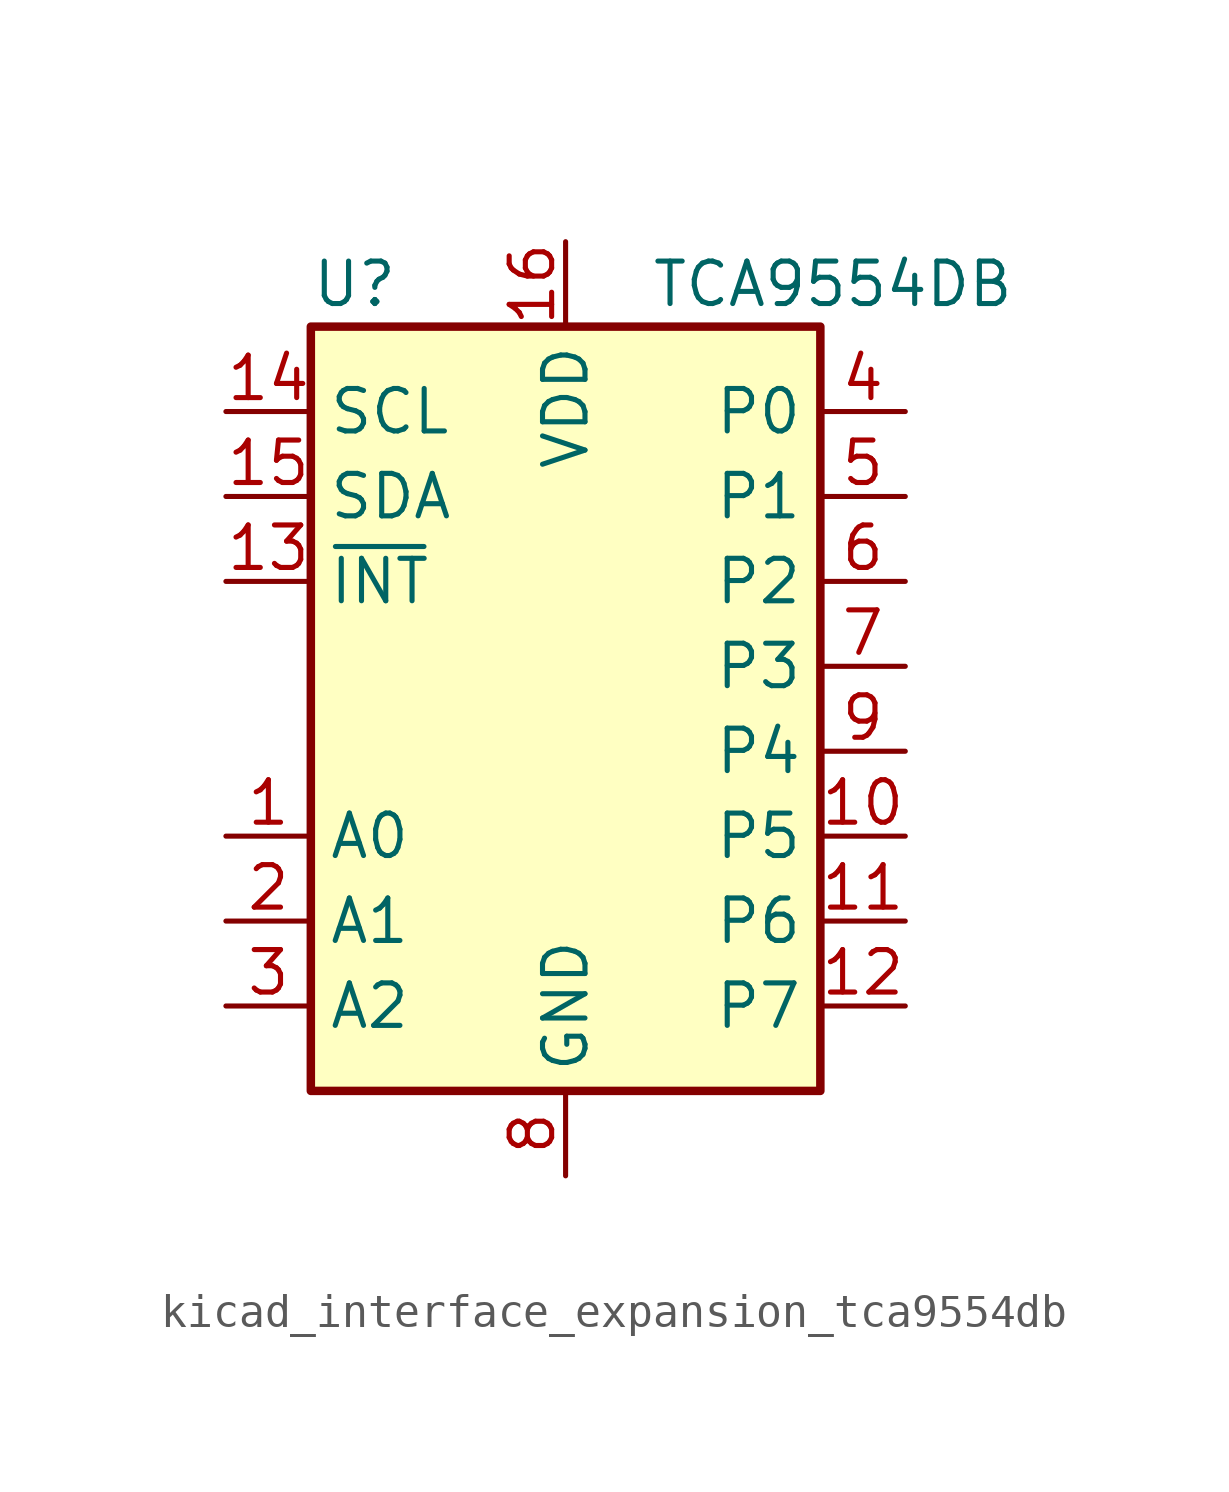
<source format=kicad_sym>
(kicad_symbol_lib
  (version 20220914)
  (generator kicad_symbol_editor)
  (symbol "kicad_interface_expansion_tca9554db"
    (property "Reference" "U"
      (at -7.62 11.43 0)
      (effects (font (size 1.27 1.27)) (justify left)))
    (property "Value" "TCA9554DB"
      (at 2.54 11.43 0)
      (effects (font (size 1.27 1.27)) (justify left)))
    (symbol "kicad_interface_expansion_tca9554db_0_1"
      (rectangle (start -7.62 -12.7) (end 7.62 10.16) (stroke (width 0.254) (type default)) (fill (type background))))
    (symbol "kicad_interface_expansion_tca9554db_1_1"
      (pin input line (at -10.16 -5.08 0) (length 2.54) (name "A0" (effects (font (size 1.27 1.27)))) (number "1" (effects (font (size 1.27 1.27)))))
      (pin bidirectional line (at 10.16 -5.08 180) (length 2.54) (name "P5" (effects (font (size 1.27 1.27)))) (number "10" (effects (font (size 1.27 1.27)))))
      (pin bidirectional line (at 10.16 -7.62 180) (length 2.54) (name "P6" (effects (font (size 1.27 1.27)))) (number "11" (effects (font (size 1.27 1.27)))))
      (pin bidirectional line (at 10.16 -10.16 180) (length 2.54) (name "P7" (effects (font (size 1.27 1.27)))) (number "12" (effects (font (size 1.27 1.27)))))
      (pin open_collector line (at -10.16 2.54 0) (length 2.54) (name "~{INT}" (effects (font (size 1.27 1.27)))) (number "13" (effects (font (size 1.27 1.27)))))
      (pin input line (at -10.16 7.62 0) (length 2.54) (name "SCL" (effects (font (size 1.27 1.27)))) (number "14" (effects (font (size 1.27 1.27)))))
      (pin bidirectional line (at -10.16 5.08 0) (length 2.54) (name "SDA" (effects (font (size 1.27 1.27)))) (number "15" (effects (font (size 1.27 1.27)))))
      (pin power_in line (at 0 12.7 270) (length 2.54) (name "VDD" (effects (font (size 1.27 1.27)))) (number "16" (effects (font (size 1.27 1.27)))))
      (pin input line (at -10.16 -7.62 0) (length 2.54) (name "A1" (effects (font (size 1.27 1.27)))) (number "2" (effects (font (size 1.27 1.27)))))
      (pin input line (at -10.16 -10.16 0) (length 2.54) (name "A2" (effects (font (size 1.27 1.27)))) (number "3" (effects (font (size 1.27 1.27)))))
      (pin bidirectional line (at 10.16 7.62 180) (length 2.54) (name "P0" (effects (font (size 1.27 1.27)))) (number "4" (effects (font (size 1.27 1.27)))))
      (pin bidirectional line (at 10.16 5.08 180) (length 2.54) (name "P1" (effects (font (size 1.27 1.27)))) (number "5" (effects (font (size 1.27 1.27)))))
      (pin bidirectional line (at 10.16 2.54 180) (length 2.54) (name "P2" (effects (font (size 1.27 1.27)))) (number "6" (effects (font (size 1.27 1.27)))))
      (pin bidirectional line (at 10.16 0 180) (length 2.54) (name "P3" (effects (font (size 1.27 1.27)))) (number "7" (effects (font (size 1.27 1.27)))))
      (pin power_in line (at 0 -15.24 90) (length 2.54) (name "GND" (effects (font (size 1.27 1.27)))) (number "8" (effects (font (size 1.27 1.27)))))
      (pin bidirectional line (at 10.16 -2.54 180) (length 2.54) (name "P4" (effects (font (size 1.27 1.27)))) (number "9" (effects (font (size 1.27 1.27))))))))
</source>
